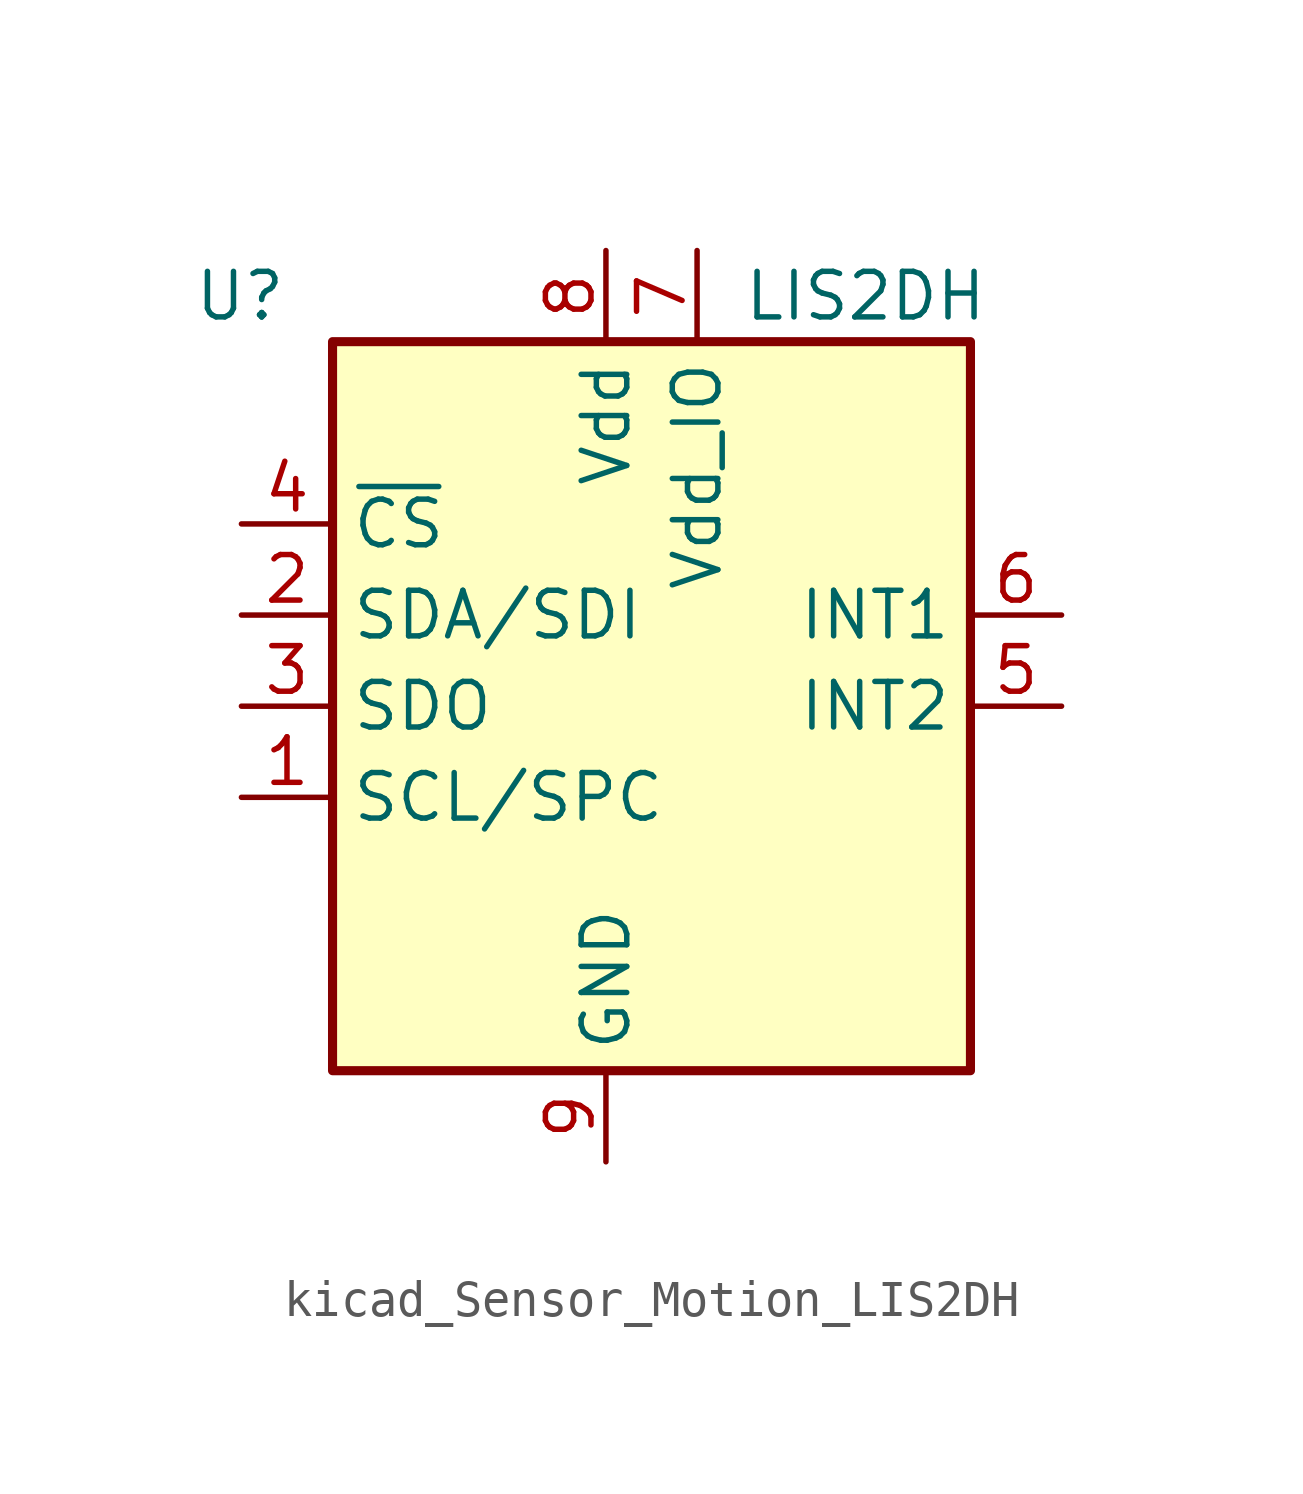
<source format=kicad_sym>
(kicad_symbol_lib
  (version 20220914)
  (generator kicad_symbol_editor)
  (symbol "kicad_Sensor_Motion_LIS2DH"
    (property "Reference" "U"
      (at -8.89 11.43 0)
      (effects (font (size 1.27 1.27)) (justify right)))
    (property "Value" "LIS2DH"
      (at 3.81 11.43 0)
      (effects (font (size 1.27 1.27)) (justify left)))
    (symbol "kicad_Sensor_Motion_LIS2DH_0_1"
      (rectangle (start -7.62 10.16) (end 10.16 -10.16) (stroke (width 0.254) (type default)) (fill (type background))))
    (symbol "kicad_Sensor_Motion_LIS2DH_1_1"
      (pin input line (at -10.16 -2.54 0) (length 2.54) (name "SCL/SPC" (effects (font (size 1.27 1.27)))) (number "1" (effects (font (size 1.27 1.27)))))
      (pin passive line (at 0 -12.7 90) (length 2.54) hide (name "GND" (effects (font (size 1.27 1.27)))) (number "10" (effects (font (size 1.27 1.27)))))
      (pin passive line (at 0 -12.7 90) (length 2.54) hide (name "GND" (effects (font (size 1.27 1.27)))) (number "11" (effects (font (size 1.27 1.27)))))
      (pin passive line (at 0 -12.7 90) (length 2.54) hide (name "GND" (effects (font (size 1.27 1.27)))) (number "12" (effects (font (size 1.27 1.27)))))
      (pin passive line (at 0 -12.7 90) (length 2.54) hide (name "GND" (effects (font (size 1.27 1.27)))) (number "13" (effects (font (size 1.27 1.27)))))
      (pin passive line (at 0 -12.7 90) (length 2.54) hide (name "GND" (effects (font (size 1.27 1.27)))) (number "14" (effects (font (size 1.27 1.27)))))
      (pin bidirectional line (at -10.16 2.54 0) (length 2.54) (name "SDA/SDI" (effects (font (size 1.27 1.27)))) (number "2" (effects (font (size 1.27 1.27)))))
      (pin output line (at -10.16 0 0) (length 2.54) (name "SDO" (effects (font (size 1.27 1.27)))) (number "3" (effects (font (size 1.27 1.27)))) (alternate "SA0" passive line))
      (pin input line (at -10.16 5.08 0) (length 2.54) (name "~{CS}" (effects (font (size 1.27 1.27)))) (number "4" (effects (font (size 1.27 1.27)))))
      (pin output line (at 12.7 0 180) (length 2.54) (name "INT2" (effects (font (size 1.27 1.27)))) (number "5" (effects (font (size 1.27 1.27)))))
      (pin output line (at 12.7 2.54 180) (length 2.54) (name "INT1" (effects (font (size 1.27 1.27)))) (number "6" (effects (font (size 1.27 1.27)))))
      (pin power_in line (at 2.54 12.7 270) (length 2.54) (name "Vdd_IO" (effects (font (size 1.27 1.27)))) (number "7" (effects (font (size 1.27 1.27)))))
      (pin power_in line (at 0 12.7 270) (length 2.54) (name "Vdd" (effects (font (size 1.27 1.27)))) (number "8" (effects (font (size 1.27 1.27)))))
      (pin power_in line (at 0 -12.7 90) (length 2.54) (name "GND" (effects (font (size 1.27 1.27)))) (number "9" (effects (font (size 1.27 1.27))))))))
</source>
